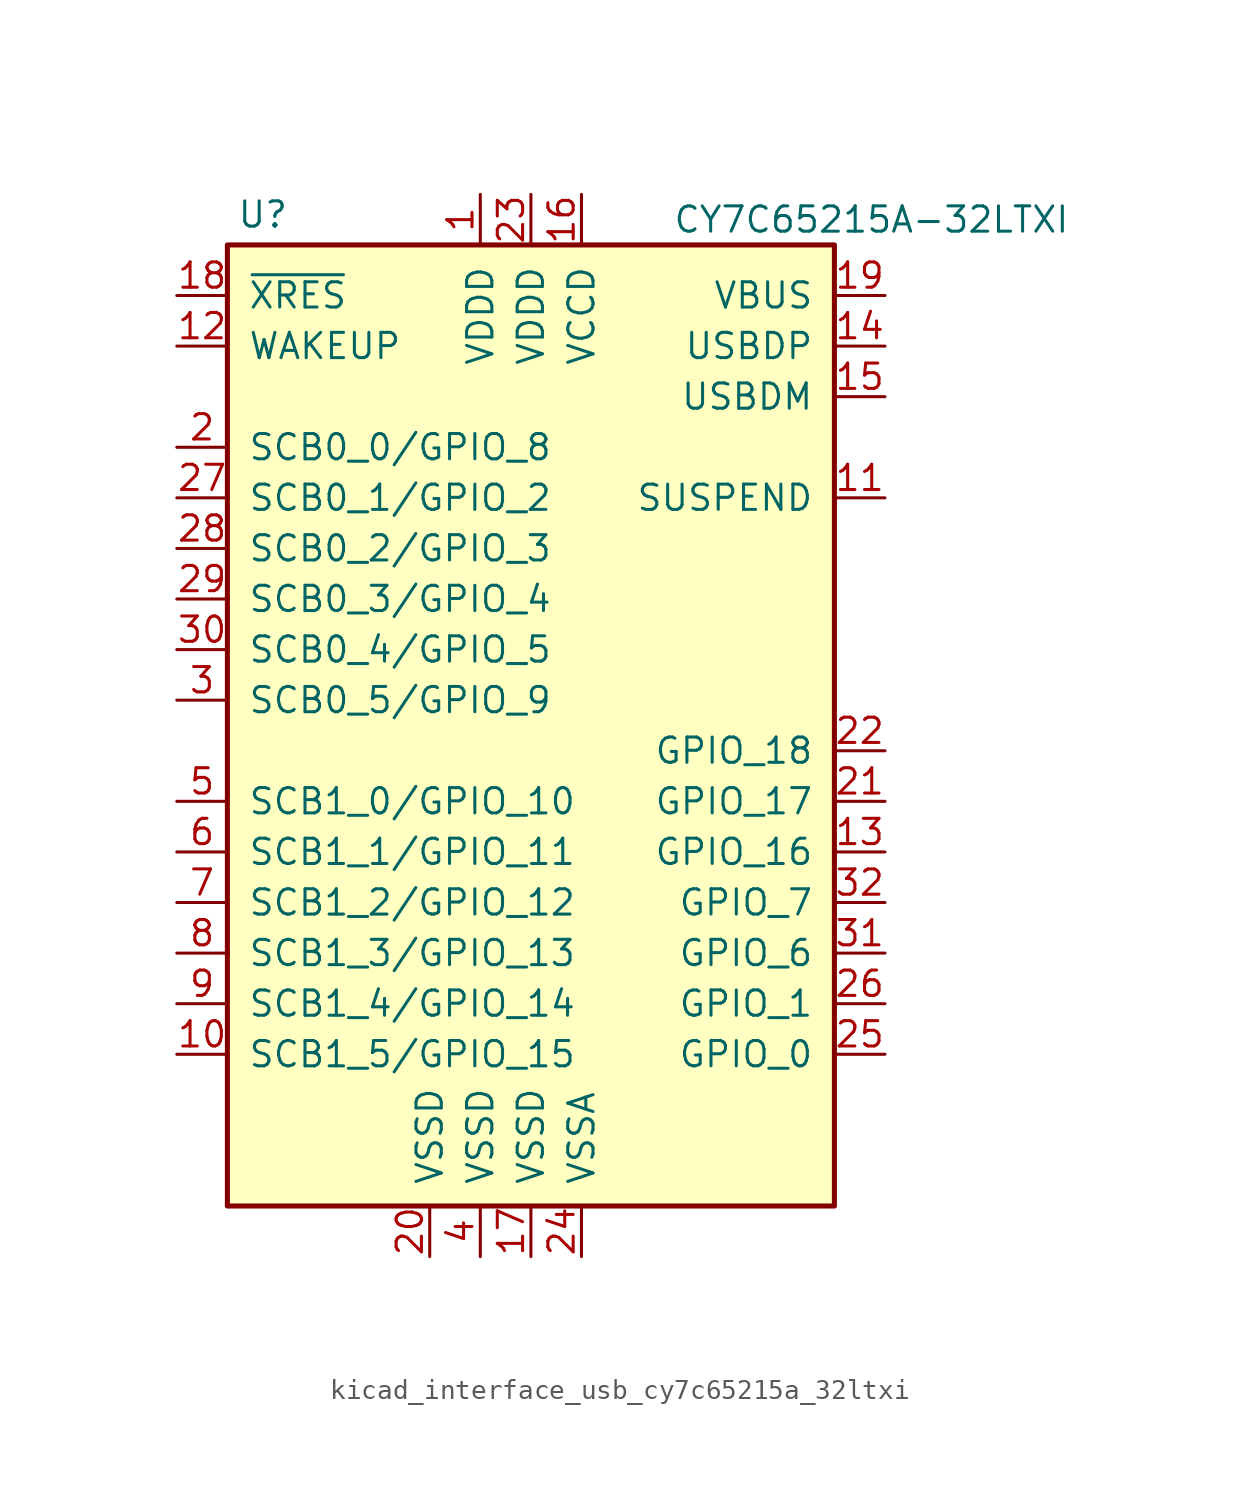
<source format=kicad_sym>
(kicad_symbol_lib
  (version 20220914)
  (generator kicad_symbol_editor)
  (symbol "kicad_interface_usb_cy7c65215a_32ltxi"
    (pin_names
      (offset 1.016))
    (property "Reference" "U"
      (at -13.462 21.844 0)
      (effects (font (size 1.27 1.27))))
    (property "Value" "CY7C65215A-32LTXI"
      (at 7.112 21.59 0)
      (effects (font (size 1.27 1.27)) (justify left)))
    (symbol "kicad_interface_usb_cy7c65215a_32ltxi_0_1"
      (rectangle (start -15.24 20.32) (end 15.24 -27.94) (stroke (width 0.254) (type default)) (fill (type background))))
    (symbol "kicad_interface_usb_cy7c65215a_32ltxi_1_1"
      (pin power_in line (at -2.54 22.86 270) (length 2.54) (name "VDDD" (effects (font (size 1.27 1.27)))) (number "1" (effects (font (size 1.27 1.27)))))
      (pin bidirectional line (at -17.78 -20.32 0) (length 2.54) (name "SCB1_5/GPIO_15" (effects (font (size 1.27 1.27)))) (number "10" (effects (font (size 1.27 1.27)))))
      (pin output line (at 17.78 7.62 180) (length 2.54) (name "SUSPEND" (effects (font (size 1.27 1.27)))) (number "11" (effects (font (size 1.27 1.27)))))
      (pin input line (at -17.78 15.24 0) (length 2.54) (name "WAKEUP" (effects (font (size 1.27 1.27)))) (number "12" (effects (font (size 1.27 1.27)))))
      (pin tri_state line (at 17.78 -10.16 180) (length 2.54) (name "GPIO_16" (effects (font (size 1.27 1.27)))) (number "13" (effects (font (size 1.27 1.27)))))
      (pin bidirectional line (at 17.78 15.24 180) (length 2.54) (name "USBDP" (effects (font (size 1.27 1.27)))) (number "14" (effects (font (size 1.27 1.27)))))
      (pin bidirectional line (at 17.78 12.7 180) (length 2.54) (name "USBDM" (effects (font (size 1.27 1.27)))) (number "15" (effects (font (size 1.27 1.27)))))
      (pin power_in line (at 2.54 22.86 270) (length 2.54) (name "VCCD" (effects (font (size 1.27 1.27)))) (number "16" (effects (font (size 1.27 1.27)))))
      (pin power_in line (at 0 -30.48 90) (length 2.54) (name "VSSD" (effects (font (size 1.27 1.27)))) (number "17" (effects (font (size 1.27 1.27)))))
      (pin input line (at -17.78 17.78 0) (length 2.54) (name "~{XRES}" (effects (font (size 1.27 1.27)))) (number "18" (effects (font (size 1.27 1.27)))))
      (pin power_out line (at 17.78 17.78 180) (length 2.54) (name "VBUS" (effects (font (size 1.27 1.27)))) (number "19" (effects (font (size 1.27 1.27)))))
      (pin bidirectional line (at -17.78 10.16 0) (length 2.54) (name "SCB0_0/GPIO_8" (effects (font (size 1.27 1.27)))) (number "2" (effects (font (size 1.27 1.27)))))
      (pin power_in line (at -5.08 -30.48 90) (length 2.54) (name "VSSD" (effects (font (size 1.27 1.27)))) (number "20" (effects (font (size 1.27 1.27)))))
      (pin tri_state line (at 17.78 -7.62 180) (length 2.54) (name "GPIO_17" (effects (font (size 1.27 1.27)))) (number "21" (effects (font (size 1.27 1.27)))))
      (pin tri_state line (at 17.78 -5.08 180) (length 2.54) (name "GPIO_18" (effects (font (size 1.27 1.27)))) (number "22" (effects (font (size 1.27 1.27)))))
      (pin power_in line (at 0 22.86 270) (length 2.54) (name "VDDD" (effects (font (size 1.27 1.27)))) (number "23" (effects (font (size 1.27 1.27)))))
      (pin power_in line (at 2.54 -30.48 90) (length 2.54) (name "VSSA" (effects (font (size 1.27 1.27)))) (number "24" (effects (font (size 1.27 1.27)))))
      (pin bidirectional line (at 17.78 -20.32 180) (length 2.54) (name "GPIO_0" (effects (font (size 1.27 1.27)))) (number "25" (effects (font (size 1.27 1.27)))))
      (pin bidirectional line (at 17.78 -17.78 180) (length 2.54) (name "GPIO_1" (effects (font (size 1.27 1.27)))) (number "26" (effects (font (size 1.27 1.27)))))
      (pin bidirectional line (at -17.78 7.62 0) (length 2.54) (name "SCB0_1/GPIO_2" (effects (font (size 1.27 1.27)))) (number "27" (effects (font (size 1.27 1.27)))))
      (pin bidirectional line (at -17.78 5.08 0) (length 2.54) (name "SCB0_2/GPIO_3" (effects (font (size 1.27 1.27)))) (number "28" (effects (font (size 1.27 1.27)))))
      (pin bidirectional line (at -17.78 2.54 0) (length 2.54) (name "SCB0_3/GPIO_4" (effects (font (size 1.27 1.27)))) (number "29" (effects (font (size 1.27 1.27)))))
      (pin bidirectional line (at -17.78 -2.54 0) (length 2.54) (name "SCB0_5/GPIO_9" (effects (font (size 1.27 1.27)))) (number "3" (effects (font (size 1.27 1.27)))))
      (pin bidirectional line (at -17.78 0 0) (length 2.54) (name "SCB0_4/GPIO_5" (effects (font (size 1.27 1.27)))) (number "30" (effects (font (size 1.27 1.27)))))
      (pin bidirectional line (at 17.78 -15.24 180) (length 2.54) (name "GPIO_6" (effects (font (size 1.27 1.27)))) (number "31" (effects (font (size 1.27 1.27)))))
      (pin bidirectional line (at 17.78 -12.7 180) (length 2.54) (name "GPIO_7" (effects (font (size 1.27 1.27)))) (number "32" (effects (font (size 1.27 1.27)))))
      (pin no_connect line (at -15.24 -25.4 0) (length 2.54) hide (name "1EP" (effects (font (size 1.27 1.27)))) (number "33" (effects (font (size 1.27 1.27)))))
      (pin power_in line (at -2.54 -30.48 90) (length 2.54) (name "VSSD" (effects (font (size 1.27 1.27)))) (number "4" (effects (font (size 1.27 1.27)))))
      (pin bidirectional line (at -17.78 -7.62 0) (length 2.54) (name "SCB1_0/GPIO_10" (effects (font (size 1.27 1.27)))) (number "5" (effects (font (size 1.27 1.27)))))
      (pin bidirectional line (at -17.78 -10.16 0) (length 2.54) (name "SCB1_1/GPIO_11" (effects (font (size 1.27 1.27)))) (number "6" (effects (font (size 1.27 1.27)))))
      (pin bidirectional line (at -17.78 -12.7 0) (length 2.54) (name "SCB1_2/GPIO_12" (effects (font (size 1.27 1.27)))) (number "7" (effects (font (size 1.27 1.27)))))
      (pin bidirectional line (at -17.78 -15.24 0) (length 2.54) (name "SCB1_3/GPIO_13" (effects (font (size 1.27 1.27)))) (number "8" (effects (font (size 1.27 1.27)))))
      (pin bidirectional line (at -17.78 -17.78 0) (length 2.54) (name "SCB1_4/GPIO_14" (effects (font (size 1.27 1.27)))) (number "9" (effects (font (size 1.27 1.27))))))))
</source>
